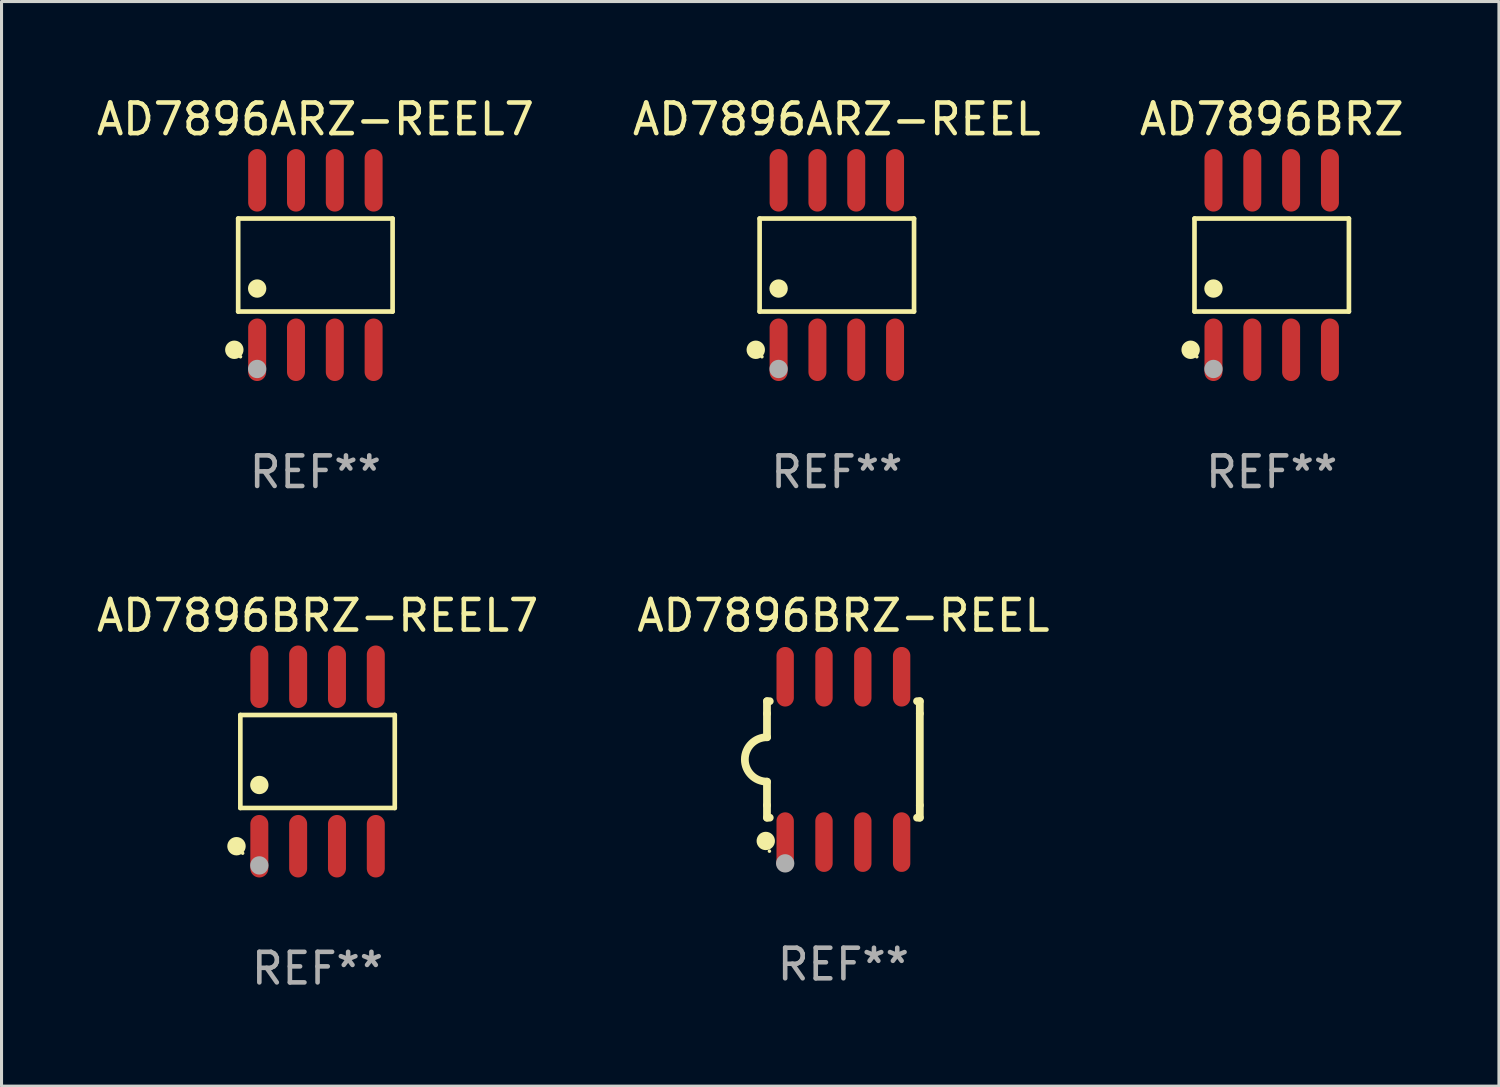
<source format=kicad_pcb>
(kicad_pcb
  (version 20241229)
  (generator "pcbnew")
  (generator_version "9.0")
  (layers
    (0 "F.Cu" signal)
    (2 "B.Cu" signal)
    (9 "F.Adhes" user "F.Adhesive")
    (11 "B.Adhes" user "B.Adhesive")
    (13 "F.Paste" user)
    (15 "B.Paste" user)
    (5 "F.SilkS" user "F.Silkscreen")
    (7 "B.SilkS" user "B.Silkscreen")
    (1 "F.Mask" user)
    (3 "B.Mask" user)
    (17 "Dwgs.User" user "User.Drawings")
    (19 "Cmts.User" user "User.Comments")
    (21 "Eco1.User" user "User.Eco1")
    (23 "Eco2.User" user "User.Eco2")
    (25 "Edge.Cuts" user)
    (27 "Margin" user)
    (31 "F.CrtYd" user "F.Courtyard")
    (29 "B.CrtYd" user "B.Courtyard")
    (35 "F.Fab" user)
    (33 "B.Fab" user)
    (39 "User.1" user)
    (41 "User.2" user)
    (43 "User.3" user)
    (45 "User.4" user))
  (footprint "AD7896BRZ-REEL7"
    (layer "F.Cu")
    (at 7.339 21.862)
    (property "Reference" "AD7896BRZ-REEL7" (at 0 -4.772 0) (layer "F.SilkS") (effects (font (size 1 1) (thickness 0.15))))
    (attr through_hole)
    (fp_line (start -2.526 -1.521) (end 2.526 -1.521) (stroke (width 0.152) (type solid)) (layer "F.SilkS"))
    (fp_line (start -2.526 1.521) (end -2.526 -1.521) (stroke (width 0.152) (type solid)) (layer "F.SilkS"))
    (fp_line (start 2.526 -1.521) (end 2.526 1.521) (stroke (width 0.152) (type solid)) (layer "F.SilkS"))
    (fp_line (start 2.526 1.521) (end -2.526 1.521) (stroke (width 0.152) (type solid)) (layer "F.SilkS"))
    (fp_circle (center -2.652 2.772) (end -2.501 2.772) (stroke (width 0.3) (type solid)) (fill no) (layer "F.SilkS"))
    (fp_circle (center -2.45 3) (end -2.42 3) (stroke (width 0.06) (type solid)) (fill no) (layer "F.SilkS"))
    (fp_circle (center -1.905 0.769) (end -1.755 0.769) (stroke (width 0.3) (type solid)) (fill no) (layer "F.SilkS"))
    (fp_circle (center -1.905 3.4) (end -1.755 3.4) (stroke (width 0.3) (type solid)) (fill no) (layer "F.Fab"))
    (fp_text user "REF**" (at 0 6.772 0) (layer "F.Fab") (effects (font (size 1 1) (thickness 0.15))))
    (pad "1" smd oval (at -1.905 2.772) (size 0.588 2.045) (layers "F.Cu" "F.Mask" "F.Paste"))
    (pad "2" smd oval (at -0.635 2.772) (size 0.588 2.045) (layers "F.Cu" "F.Mask" "F.Paste"))
    (pad "3" smd oval (at 0.635 2.772) (size 0.588 2.045) (layers "F.Cu" "F.Mask" "F.Paste"))
    (pad "4" smd oval (at 1.905 2.772) (size 0.588 2.045) (layers "F.Cu" "F.Mask" "F.Paste"))
    (pad "5" smd oval (at 1.905 -2.772) (size 0.588 2.045) (layers "F.Cu" "F.Mask" "F.Paste"))
    (pad "6" smd oval (at 0.635 -2.772) (size 0.588 2.045) (layers "F.Cu" "F.Mask" "F.Paste"))
    (pad "7" smd oval (at -0.635 -2.772) (size 0.588 2.045) (layers "F.Cu" "F.Mask" "F.Paste"))
    (pad "8" smd oval (at -1.905 -2.772) (size 0.588 2.045) (layers "F.Cu" "F.Mask" "F.Paste")))
  (footprint "AD7896BRZ"
    (layer "F.Cu")
    (at 38.554 5.621)
    (property "Reference" "AD7896BRZ" (at 0 -4.772 0) (layer "F.SilkS") (effects (font (size 1 1) (thickness 0.15))))
    (attr through_hole)
    (fp_line (start -2.526 -1.521) (end 2.526 -1.521) (stroke (width 0.152) (type solid)) (layer "F.SilkS"))
    (fp_line (start -2.526 1.521) (end -2.526 -1.521) (stroke (width 0.152) (type solid)) (layer "F.SilkS"))
    (fp_line (start 2.526 -1.521) (end 2.526 1.521) (stroke (width 0.152) (type solid)) (layer "F.SilkS"))
    (fp_line (start 2.526 1.521) (end -2.526 1.521) (stroke (width 0.152) (type solid)) (layer "F.SilkS"))
    (fp_circle (center -2.652 2.772) (end -2.501 2.772) (stroke (width 0.3) (type solid)) (fill no) (layer "F.SilkS"))
    (fp_circle (center -2.45 3) (end -2.42 3) (stroke (width 0.06) (type solid)) (fill no) (layer "F.SilkS"))
    (fp_circle (center -1.905 0.769) (end -1.755 0.769) (stroke (width 0.3) (type solid)) (fill no) (layer "F.SilkS"))
    (fp_circle (center -1.905 3.4) (end -1.755 3.4) (stroke (width 0.3) (type solid)) (fill no) (layer "F.Fab"))
    (fp_text user "REF**" (at 0 6.772 0) (layer "F.Fab") (effects (font (size 1 1) (thickness 0.15))))
    (pad "1" smd oval (at -1.905 2.772) (size 0.588 2.045) (layers "F.Cu" "F.Mask" "F.Paste"))
    (pad "2" smd oval (at -0.635 2.772) (size 0.588 2.045) (layers "F.Cu" "F.Mask" "F.Paste"))
    (pad "3" smd oval (at 0.635 2.772) (size 0.588 2.045) (layers "F.Cu" "F.Mask" "F.Paste"))
    (pad "4" smd oval (at 1.905 2.772) (size 0.588 2.045) (layers "F.Cu" "F.Mask" "F.Paste"))
    (pad "5" smd oval (at 1.905 -2.772) (size 0.588 2.045) (layers "F.Cu" "F.Mask" "F.Paste"))
    (pad "6" smd oval (at 0.635 -2.772) (size 0.588 2.045) (layers "F.Cu" "F.Mask" "F.Paste"))
    (pad "7" smd oval (at -0.635 -2.772) (size 0.588 2.045) (layers "F.Cu" "F.Mask" "F.Paste"))
    (pad "8" smd oval (at -1.905 -2.772) (size 0.588 2.045) (layers "F.Cu" "F.Mask" "F.Paste")))
  (footprint "AD7896ARZ-REEL7"
    (layer "F.Cu")
    (at 7.268 5.621)
    (property "Reference" "AD7896ARZ-REEL7" (at 0 -4.772 0) (layer "F.SilkS") (effects (font (size 1 1) (thickness 0.15))))
    (attr through_hole)
    (fp_line (start -2.526 -1.521) (end 2.526 -1.521) (stroke (width 0.152) (type solid)) (layer "F.SilkS"))
    (fp_line (start -2.526 1.521) (end -2.526 -1.521) (stroke (width 0.152) (type solid)) (layer "F.SilkS"))
    (fp_line (start 2.526 -1.521) (end 2.526 1.521) (stroke (width 0.152) (type solid)) (layer "F.SilkS"))
    (fp_line (start 2.526 1.521) (end -2.526 1.521) (stroke (width 0.152) (type solid)) (layer "F.SilkS"))
    (fp_circle (center -2.652 2.772) (end -2.501 2.772) (stroke (width 0.3) (type solid)) (fill no) (layer "F.SilkS"))
    (fp_circle (center -2.45 3) (end -2.42 3) (stroke (width 0.06) (type solid)) (fill no) (layer "F.SilkS"))
    (fp_circle (center -1.905 0.769) (end -1.755 0.769) (stroke (width 0.3) (type solid)) (fill no) (layer "F.SilkS"))
    (fp_circle (center -1.905 3.4) (end -1.755 3.4) (stroke (width 0.3) (type solid)) (fill no) (layer "F.Fab"))
    (fp_text user "REF**" (at 0 6.772 0) (layer "F.Fab") (effects (font (size 1 1) (thickness 0.15))))
    (pad "1" smd oval (at -1.905 2.772) (size 0.588 2.045) (layers "F.Cu" "F.Mask" "F.Paste"))
    (pad "2" smd oval (at -0.635 2.772) (size 0.588 2.045) (layers "F.Cu" "F.Mask" "F.Paste"))
    (pad "3" smd oval (at 0.635 2.772) (size 0.588 2.045) (layers "F.Cu" "F.Mask" "F.Paste"))
    (pad "4" smd oval (at 1.905 2.772) (size 0.588 2.045) (layers "F.Cu" "F.Mask" "F.Paste"))
    (pad "5" smd oval (at 1.905 -2.772) (size 0.588 2.045) (layers "F.Cu" "F.Mask" "F.Paste"))
    (pad "6" smd oval (at 0.635 -2.772) (size 0.588 2.045) (layers "F.Cu" "F.Mask" "F.Paste"))
    (pad "7" smd oval (at -0.635 -2.772) (size 0.588 2.045) (layers "F.Cu" "F.Mask" "F.Paste"))
    (pad "8" smd oval (at -1.905 -2.772) (size 0.588 2.045) (layers "F.Cu" "F.Mask" "F.Paste")))
  (footprint "AD7896ARZ-REEL"
    (layer "F.Cu")
    (at 24.327 5.621)
    (property "Reference" "AD7896ARZ-REEL" (at 0 -4.772 0) (layer "F.SilkS") (effects (font (size 1 1) (thickness 0.15))))
    (attr through_hole)
    (fp_line (start -2.526 -1.521) (end 2.526 -1.521) (stroke (width 0.152) (type solid)) (layer "F.SilkS"))
    (fp_line (start -2.526 1.521) (end -2.526 -1.521) (stroke (width 0.152) (type solid)) (layer "F.SilkS"))
    (fp_line (start 2.526 -1.521) (end 2.526 1.521) (stroke (width 0.152) (type solid)) (layer "F.SilkS"))
    (fp_line (start 2.526 1.521) (end -2.526 1.521) (stroke (width 0.152) (type solid)) (layer "F.SilkS"))
    (fp_circle (center -2.652 2.772) (end -2.501 2.772) (stroke (width 0.3) (type solid)) (fill no) (layer "F.SilkS"))
    (fp_circle (center -2.45 3) (end -2.42 3) (stroke (width 0.06) (type solid)) (fill no) (layer "F.SilkS"))
    (fp_circle (center -1.905 0.769) (end -1.755 0.769) (stroke (width 0.3) (type solid)) (fill no) (layer "F.SilkS"))
    (fp_circle (center -1.905 3.4) (end -1.755 3.4) (stroke (width 0.3) (type solid)) (fill no) (layer "F.Fab"))
    (fp_text user "REF**" (at 0 6.772 0) (layer "F.Fab") (effects (font (size 1 1) (thickness 0.15))))
    (pad "1" smd oval (at -1.905 2.772) (size 0.588 2.045) (layers "F.Cu" "F.Mask" "F.Paste"))
    (pad "2" smd oval (at -0.635 2.772) (size 0.588 2.045) (layers "F.Cu" "F.Mask" "F.Paste"))
    (pad "3" smd oval (at 0.635 2.772) (size 0.588 2.045) (layers "F.Cu" "F.Mask" "F.Paste"))
    (pad "4" smd oval (at 1.905 2.772) (size 0.588 2.045) (layers "F.Cu" "F.Mask" "F.Paste"))
    (pad "5" smd oval (at 1.905 -2.772) (size 0.588 2.045) (layers "F.Cu" "F.Mask" "F.Paste"))
    (pad "6" smd oval (at 0.635 -2.772) (size 0.588 2.045) (layers "F.Cu" "F.Mask" "F.Paste"))
    (pad "7" smd oval (at -0.635 -2.772) (size 0.588 2.045) (layers "F.Cu" "F.Mask" "F.Paste"))
    (pad "8" smd oval (at -1.905 -2.772) (size 0.588 2.045) (layers "F.Cu" "F.Mask" "F.Paste")))
  (footprint "AD7896BRZ-REEL"
    (layer "F.Cu")
    (at 24.542 21.795)
    (property "Reference" "AD7896BRZ-REEL" (at 0 -4.705 0) (layer "F.SilkS") (effects (font (size 1 1) (thickness 0.15))))
    (attr through_hole)
    (fp_line (start -2.5 -1.905) (end -2.409 -1.905) (stroke (width 0.254) (type solid)) (layer "F.SilkS"))
    (fp_line (start -2.5 -1.5) (end -2.5 -1.905) (stroke (width 0.254) (type solid)) (layer "F.SilkS"))
    (fp_line (start -2.5 -1.5) (end -2.5 -0.726) (stroke (width 0.254) (type solid)) (layer "F.SilkS"))
    (fp_line (start -2.5 1.5) (end -2.5 0.727) (stroke (width 0.254) (type solid)) (layer "F.SilkS"))
    (fp_line (start -2.5 1.5) (end -2.5 1.905) (stroke (width 0.254) (type solid)) (layer "F.SilkS"))
    (fp_line (start -2.5 1.905) (end -2.409 1.905) (stroke (width 0.254) (type solid)) (layer "F.SilkS"))
    (fp_line (start 2.5 -1.905) (end 2.409 -1.905) (stroke (width 0.254) (type solid)) (layer "F.SilkS"))
    (fp_line (start 2.5 -1.5) (end 2.5 -1.905) (stroke (width 0.254) (type solid)) (layer "F.SilkS"))
    (fp_line (start 2.5 -1.5) (end 2.5 1.5) (stroke (width 0.254) (type solid)) (layer "F.SilkS"))
    (fp_line (start 2.5 1.5) (end 2.5 1.905) (stroke (width 0.254) (type solid)) (layer "F.SilkS"))
    (fp_line (start 2.5 1.905) (end 2.409 1.905) (stroke (width 0.254) (type solid)) (layer "F.SilkS"))
    (fp_arc (start -2.5 0.726568) (mid -3.220316 -0.0023) (end -2.495097 -0.726289) (stroke (width 0.254001) (type solid)) (layer "F.SilkS"))
    (fp_circle (center -2.54 2.667) (end -2.39 2.667) (stroke (width 0.3) (type solid)) (fill no) (layer "F.SilkS"))
    (fp_circle (center -2.42 3) (end -2.39 3) (stroke (width 0.06) (type solid)) (fill no) (layer "F.SilkS"))
    (fp_circle (center -1.905 3.4) (end -1.755 3.4) (stroke (width 0.3) (type solid)) (fill no) (layer "F.Fab"))
    (fp_text user "REF**" (at 0 6.705 0) (layer "F.Fab") (effects (font (size 1 1) (thickness 0.15))))
    (pad "1" smd oval (at -1.905 2.705) (size 0.568 1.95) (layers "F.Cu" "F.Mask" "F.Paste"))
    (pad "2" smd oval (at -0.635 2.705) (size 0.568 1.95) (layers "F.Cu" "F.Mask" "F.Paste"))
    (pad "3" smd oval (at 0.635 2.705) (size 0.568 1.95) (layers "F.Cu" "F.Mask" "F.Paste"))
    (pad "4" smd oval (at 1.905 2.705) (size 0.568 1.95) (layers "F.Cu" "F.Mask" "F.Paste"))
    (pad "5" smd oval (at 1.905 -2.705) (size 0.568 1.95) (layers "F.Cu" "F.Mask" "F.Paste"))
    (pad "6" smd oval (at 0.635 -2.705) (size 0.568 1.95) (layers "F.Cu" "F.Mask" "F.Paste"))
    (pad "7" smd oval (at -0.635 -2.705) (size 0.568 1.95) (layers "F.Cu" "F.Mask" "F.Paste"))
    (pad "8" smd oval (at -1.905 -2.705) (size 0.568 1.95) (layers "F.Cu" "F.Mask" "F.Paste")))
  (gr_rect
    (start -3 -3)
    (end 45.988 32.483)
    (stroke (width 0.1) (type default))
    (fill no)
    (layer "Edge.Cuts")))
</source>
